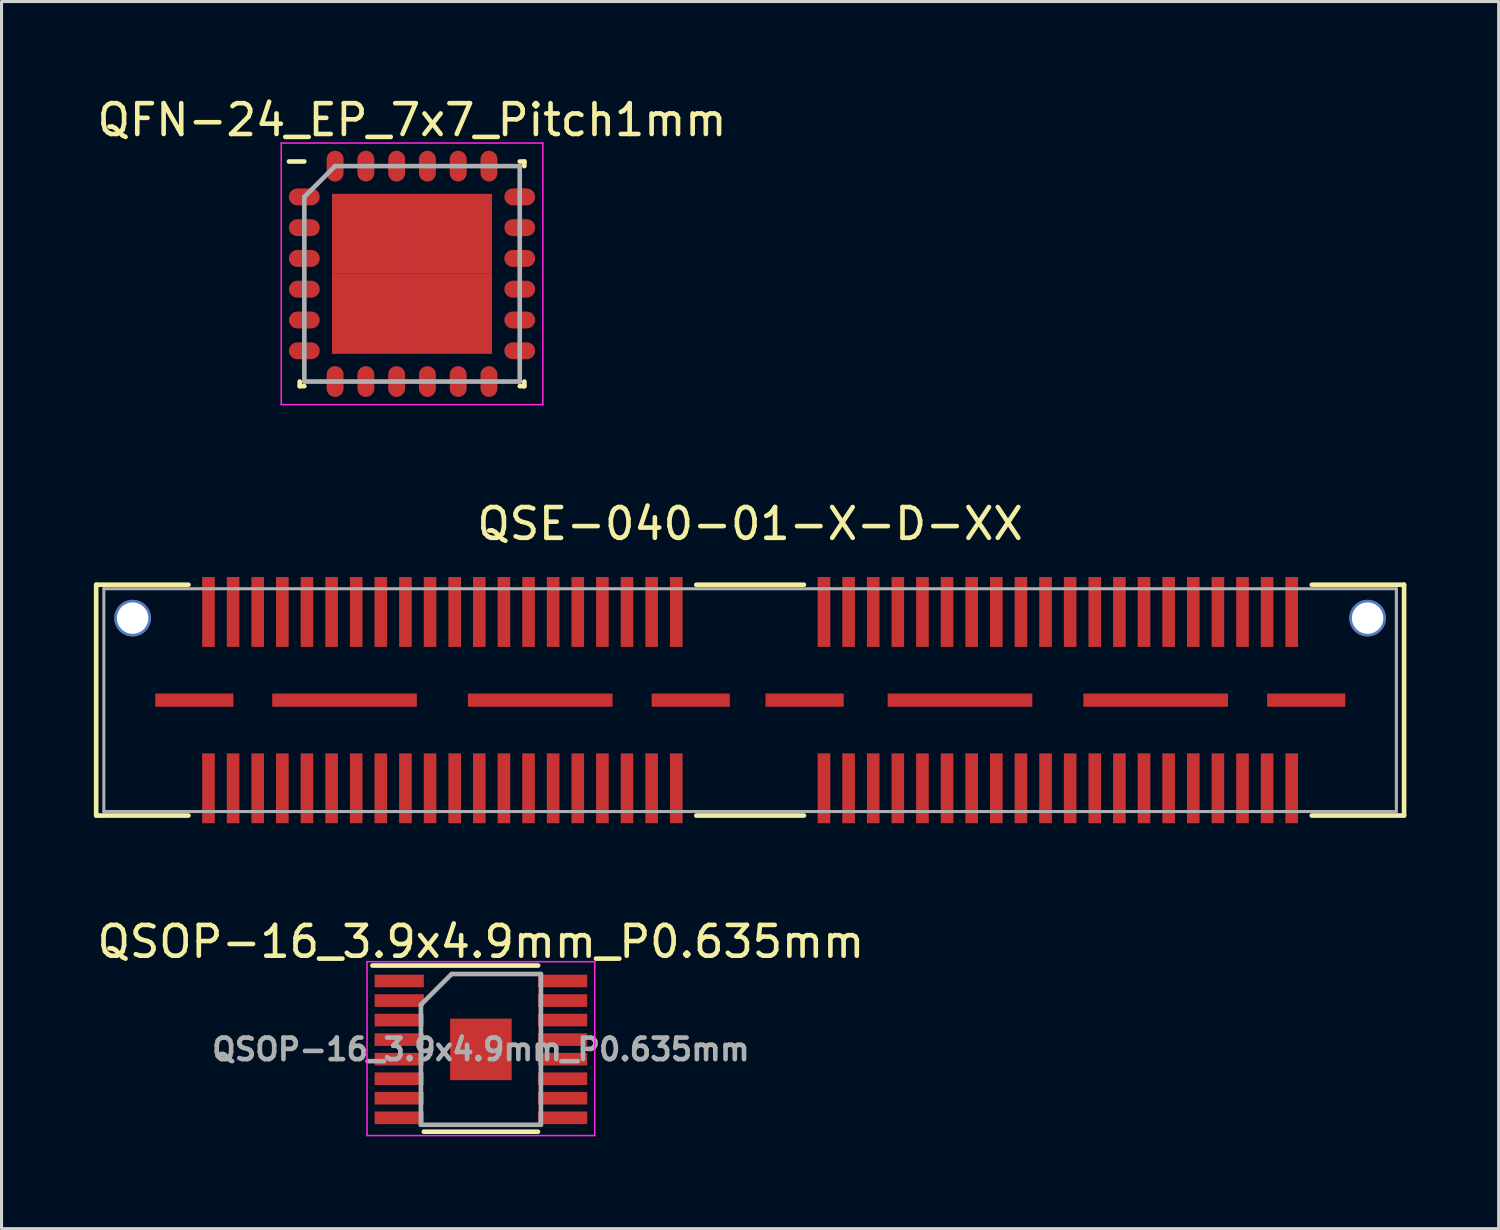
<source format=kicad_pcb>
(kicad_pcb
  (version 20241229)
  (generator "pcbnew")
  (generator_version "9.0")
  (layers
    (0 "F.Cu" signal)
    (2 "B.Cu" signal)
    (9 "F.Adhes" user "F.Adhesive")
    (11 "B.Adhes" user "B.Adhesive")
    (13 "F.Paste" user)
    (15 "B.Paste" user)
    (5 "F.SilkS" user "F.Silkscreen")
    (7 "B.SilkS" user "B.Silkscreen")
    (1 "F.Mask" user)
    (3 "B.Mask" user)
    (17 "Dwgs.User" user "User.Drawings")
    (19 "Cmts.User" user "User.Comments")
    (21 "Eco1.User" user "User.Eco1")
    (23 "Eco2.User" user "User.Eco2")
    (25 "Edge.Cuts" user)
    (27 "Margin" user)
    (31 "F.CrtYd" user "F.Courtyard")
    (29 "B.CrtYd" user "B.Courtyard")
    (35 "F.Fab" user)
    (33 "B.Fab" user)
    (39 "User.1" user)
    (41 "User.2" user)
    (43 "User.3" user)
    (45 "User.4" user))
  (footprint "QSOP-16_3.9x4.9mm_P0.635mm"
    (layer "F.Cu")
    (at 12.577 31.05)
    (property "Reference" "QSOP-16_3.9x4.9mm_P0.635mm" (at 0 -3.5 0) (layer "F.SilkS") (effects (font (size 1 1) (thickness 0.15))))
    (attr smd)
    (fp_line (start -3.525 -2.725) (end 1.859 -2.725) (stroke (width 0.15) (type solid)) (layer "F.SilkS"))
    (fp_line (start -1.854 2.675) (end 1.854 2.675) (stroke (width 0.15) (type solid)) (layer "F.SilkS"))
    (fp_line (start -3.7 -2.85) (end -3.7 2.8) (stroke (width 0.05) (type solid)) (layer "F.CrtYd"))
    (fp_line (start -3.7 -2.85) (end 3.7 -2.85) (stroke (width 0.05) (type solid)) (layer "F.CrtYd"))
    (fp_line (start -3.7 2.8) (end 3.7 2.8) (stroke (width 0.05) (type solid)) (layer "F.CrtYd"))
    (fp_line (start 3.7 -2.85) (end 3.7 2.8) (stroke (width 0.05) (type solid)) (layer "F.CrtYd"))
    (fp_line (start -1.95 -1.45) (end -0.95 -2.45) (stroke (width 0.15) (type solid)) (layer "F.Fab"))
    (fp_line (start -1.95 2.45) (end -1.95 -1.45) (stroke (width 0.15) (type solid)) (layer "F.Fab"))
    (fp_line (start -0.95 -2.45) (end 1.95 -2.45) (stroke (width 0.15) (type solid)) (layer "F.Fab"))
    (fp_line (start 1.95 -2.45) (end 1.95 2.45) (stroke (width 0.15) (type solid)) (layer "F.Fab"))
    (fp_line (start 1.95 2.45) (end -1.95 2.45) (stroke (width 0.15) (type solid)) (layer "F.Fab"))
    (fp_text user "${REFERENCE}" (at 0 0 0) (layer "F.Fab") (effects (font (size 0.7 0.7) (thickness 0.15))))
    (pad "1" smd rect (at -2.654 -2.223) (size 1.6 0.41) (layers "F.Cu" "F.Mask" "F.Paste"))
    (pad "2" smd rect (at -2.654 -1.587) (size 1.6 0.41) (layers "F.Cu" "F.Mask" "F.Paste"))
    (pad "3" smd rect (at -2.654 -0.953) (size 1.6 0.41) (layers "F.Cu" "F.Mask" "F.Paste"))
    (pad "4" smd rect (at -2.654 -0.318) (size 1.6 0.41) (layers "F.Cu" "F.Mask" "F.Paste"))
    (pad "5" smd rect (at -2.654 0.318) (size 1.6 0.41) (layers "F.Cu" "F.Mask" "F.Paste"))
    (pad "6" smd rect (at -2.654 0.953) (size 1.6 0.41) (layers "F.Cu" "F.Mask" "F.Paste"))
    (pad "7" smd rect (at -2.654 1.587) (size 1.6 0.41) (layers "F.Cu" "F.Mask" "F.Paste"))
    (pad "8" smd rect (at -2.654 2.223) (size 1.6 0.41) (layers "F.Cu" "F.Mask" "F.Paste"))
    (pad "9" smd rect (at 2.654 2.223) (size 1.6 0.41) (layers "F.Cu" "F.Mask" "F.Paste"))
    (pad "10" smd rect (at 2.654 1.587) (size 1.6 0.41) (layers "F.Cu" "F.Mask" "F.Paste"))
    (pad "11" smd rect (at 2.654 0.953) (size 1.6 0.41) (layers "F.Cu" "F.Mask" "F.Paste"))
    (pad "12" smd rect (at 2.654 0.318) (size 1.6 0.41) (layers "F.Cu" "F.Mask" "F.Paste"))
    (pad "13" smd rect (at 2.654 -0.318) (size 1.6 0.41) (layers "F.Cu" "F.Mask" "F.Paste"))
    (pad "14" smd rect (at 2.654 -0.953) (size 1.6 0.41) (layers "F.Cu" "F.Mask" "F.Paste"))
    (pad "15" smd rect (at 2.654 -1.587) (size 1.6 0.41) (layers "F.Cu" "F.Mask" "F.Paste"))
    (pad "16" smd rect (at 2.654 -2.223) (size 1.6 0.41) (layers "F.Cu" "F.Mask" "F.Paste"))
    (pad "17" smd rect (at 0 0) (size 2 2) (layers "F.Cu" "F.Mask" "F.Paste")))
  (footprint "QFN-24_EP_7x7_Pitch1mm"
    (layer "F.Cu")
    (at 10.339 5.848)
    (property "Reference" "QFN-24_EP_7x7_Pitch1mm" (at 0 -5 0) (layer "F.SilkS") (effects (font (size 1 1) (thickness 0.15))))
    (attr smd)
    (fp_line (start -3.65 3.65) (end -3.65 3.5) (stroke (width 0.15) (type solid)) (layer "F.SilkS"))
    (fp_line (start -3.5 -3.65) (end -4 -3.65) (stroke (width 0.15) (type solid)) (layer "F.SilkS"))
    (fp_line (start -3.5 3.65) (end -3.65 3.65) (stroke (width 0.15) (type solid)) (layer "F.SilkS"))
    (fp_line (start 3.5 -3.65) (end 3.65 -3.65) (stroke (width 0.15) (type solid)) (layer "F.SilkS"))
    (fp_line (start 3.5 3.65) (end 3.65 3.65) (stroke (width 0.15) (type solid)) (layer "F.SilkS"))
    (fp_line (start 3.65 -3.65) (end 3.65 -3.5) (stroke (width 0.15) (type solid)) (layer "F.SilkS"))
    (fp_line (start 3.65 3.65) (end 3.65 3.5) (stroke (width 0.15) (type solid)) (layer "F.SilkS"))
    (fp_line (start -4.25 -4.25) (end 4.25 -4.25) (stroke (width 0.05) (type solid)) (layer "F.CrtYd"))
    (fp_line (start -4.25 4.25) (end -4.25 -4.25) (stroke (width 0.05) (type solid)) (layer "F.CrtYd"))
    (fp_line (start 4.25 -4.25) (end 4.25 4.25) (stroke (width 0.05) (type solid)) (layer "F.CrtYd"))
    (fp_line (start 4.25 4.25) (end -4.25 4.25) (stroke (width 0.05) (type solid)) (layer "F.CrtYd"))
    (fp_line (start -3.5 -2.5) (end -3.5 3.5) (stroke (width 0.15) (type solid)) (layer "F.Fab"))
    (fp_line (start -3.5 3.5) (end 3.5 3.5) (stroke (width 0.15) (type solid)) (layer "F.Fab"))
    (fp_line (start -2.5 -3.5) (end -3.5 -2.5) (stroke (width 0.15) (type solid)) (layer "F.Fab"))
    (fp_line (start 3.5 -3.5) (end -2.5 -3.5) (stroke (width 0.15) (type solid)) (layer "F.Fab"))
    (fp_line (start 3.5 3.5) (end 3.5 -3.5) (stroke (width 0.15) (type solid)) (layer "F.Fab"))
    (pad "1" smd oval (at -3.5 -2.5 90) (size 0.55 1) (layers "F.Cu" "F.Mask" "F.Paste"))
    (pad "2" smd oval (at -3.5 -1.5 90) (size 0.55 1) (layers "F.Cu" "F.Mask" "F.Paste"))
    (pad "3" smd oval (at -3.5 -0.5 90) (size 0.55 1) (layers "F.Cu" "F.Mask" "F.Paste"))
    (pad "4" smd oval (at -3.5 0.5 90) (size 0.55 1) (layers "F.Cu" "F.Mask" "F.Paste"))
    (pad "5" smd oval (at -3.5 1.5 90) (size 0.55 1) (layers "F.Cu" "F.Mask" "F.Paste"))
    (pad "6" smd oval (at -3.5 2.5 90) (size 0.55 1) (layers "F.Cu" "F.Mask" "F.Paste"))
    (pad "7" smd oval (at -2.5 3.5) (size 0.55 1) (layers "F.Cu" "F.Mask" "F.Paste"))
    (pad "8" smd oval (at -1.5 3.5) (size 0.55 1) (layers "F.Cu" "F.Mask" "F.Paste"))
    (pad "9" smd oval (at -0.5 3.5) (size 0.55 1) (layers "F.Cu" "F.Mask" "F.Paste"))
    (pad "10" smd oval (at 0.5 3.5) (size 0.55 1) (layers "F.Cu" "F.Mask" "F.Paste"))
    (pad "11" smd oval (at 1.5 3.5) (size 0.55 1) (layers "F.Cu" "F.Mask" "F.Paste"))
    (pad "12" smd oval (at 2.5 3.5) (size 0.55 1) (layers "F.Cu" "F.Mask" "F.Paste"))
    (pad "13" smd oval (at 3.5 2.5 90) (size 0.55 1) (layers "F.Cu" "F.Mask" "F.Paste"))
    (pad "14" smd oval (at 3.5 1.5 90) (size 0.55 1) (layers "F.Cu" "F.Mask" "F.Paste"))
    (pad "15" smd oval (at 3.5 0.5 90) (size 0.55 1) (layers "F.Cu" "F.Mask" "F.Paste"))
    (pad "16" smd oval (at 3.5 -0.5 90) (size 0.55 1) (layers "F.Cu" "F.Mask" "F.Paste"))
    (pad "17" smd oval (at 3.5 -1.5 90) (size 0.55 1) (layers "F.Cu" "F.Mask" "F.Paste"))
    (pad "18" smd oval (at 3.5 -2.5 90) (size 0.55 1) (layers "F.Cu" "F.Mask" "F.Paste"))
    (pad "19" smd oval (at 2.5 -3.5) (size 0.55 1) (layers "F.Cu" "F.Mask" "F.Paste"))
    (pad "20" smd oval (at 1.5 -3.5) (size 0.55 1) (layers "F.Cu" "F.Mask" "F.Paste"))
    (pad "21" smd oval (at 0.5 -3.5) (size 0.55 1) (layers "F.Cu" "F.Mask" "F.Paste"))
    (pad "22" smd oval (at -0.5 -3.5) (size 0.55 1) (layers "F.Cu" "F.Mask" "F.Paste"))
    (pad "23" smd oval (at -1.5 -3.5) (size 0.55 1) (layers "F.Cu" "F.Mask" "F.Paste"))
    (pad "24" smd oval (at -2.5 -3.5) (size 0.55 1) (layers "F.Cu" "F.Mask" "F.Paste"))
    (pad "25" smd rect (at -1.3 -1.3) (size 2.6 2.6) (layers "F.Cu" "F.Mask" "F.Paste"))
    (pad "25" smd rect (at -1.3 1.3) (size 2.6 2.6) (layers "F.Cu" "F.Mask" "F.Paste"))
    (pad "25" smd rect (at 1.3 -1.3) (size 2.6 2.6) (layers "F.Cu" "F.Mask" "F.Paste"))
    (pad "25" smd rect (at 1.3 1.3) (size 2.6 2.6) (layers "F.Cu" "F.Mask" "F.Paste")))
  (footprint "QSE-040-01-X-D-XX"
    (layer "F.Cu")
    (at 21.325 19.701)
    (property "Reference" "QSE-040-01-X-D-XX" (at 0 -5.73 0) (layer "F.SilkS") (effects (font (size 1 1) (thickness 0.15))))
    (attr smd)
    (fp_line (start -21.25 -3.75) (end -21.25 3.75) (stroke (width 0.15) (type solid)) (layer "F.SilkS"))
    (fp_line (start -21.25 3.75) (end -18.25 3.75) (stroke (width 0.15) (type solid)) (layer "F.SilkS"))
    (fp_line (start -18.25 -3.75) (end -21.25 -3.75) (stroke (width 0.15) (type solid)) (layer "F.SilkS"))
    (fp_line (start -1.75 3.75) (end 1.75 3.75) (stroke (width 0.15) (type solid)) (layer "F.SilkS"))
    (fp_line (start 1.75 -3.75) (end -1.75 -3.75) (stroke (width 0.15) (type solid)) (layer "F.SilkS"))
    (fp_line (start 18.25 -3.75) (end 21.25 -3.75) (stroke (width 0.15) (type solid)) (layer "F.SilkS"))
    (fp_line (start 21.25 -3.75) (end 21.25 3.75) (stroke (width 0.15) (type solid)) (layer "F.SilkS"))
    (fp_line (start 21.25 3.75) (end 18.25 3.75) (stroke (width 0.15) (type solid)) (layer "F.SilkS"))
    (fp_line (start -21 -3.62) (end -21 3.62) (stroke (width 0.1) (type solid)) (layer "F.Fab"))
    (fp_line (start -21 -3.62) (end 21 -3.62) (stroke (width 0.1) (type solid)) (layer "F.Fab"))
    (fp_line (start 21 -3.62) (end 21 3.62) (stroke (width 0.1) (type solid)) (layer "F.Fab"))
    (fp_line (start 21 3.62) (end -21 3.62) (stroke (width 0.1) (type solid)) (layer "F.Fab"))
    (pad "" np_thru_hole circle (at -20.065 -2.665) (size 1.19 1.19) (drill 1.02) (layers "*.Cu" "*.Mask"))
    (pad "" np_thru_hole circle (at 20.065 -2.665) (size 1.19 1.19) (drill 1.02) (layers "*.Cu" "*.Mask"))
    (pad "1" smd rect (at -17.6 2.865) (size 0.41 2.27) (layers "F.Cu" "F.Mask" "F.Paste"))
    (pad "2" smd rect (at -17.6 -2.865) (size 0.41 2.27) (layers "F.Cu" "F.Mask" "F.Paste"))
    (pad "3" smd rect (at -16.8 2.865) (size 0.41 2.27) (layers "F.Cu" "F.Mask" "F.Paste"))
    (pad "4" smd rect (at -16.8 -2.865) (size 0.41 2.27) (layers "F.Cu" "F.Mask" "F.Paste"))
    (pad "5" smd rect (at -16 2.865) (size 0.41 2.27) (layers "F.Cu" "F.Mask" "F.Paste"))
    (pad "6" smd rect (at -16 -2.865) (size 0.41 2.27) (layers "F.Cu" "F.Mask" "F.Paste"))
    (pad "7" smd rect (at -15.2 2.865) (size 0.41 2.27) (layers "F.Cu" "F.Mask" "F.Paste"))
    (pad "8" smd rect (at -15.2 -2.865) (size 0.41 2.27) (layers "F.Cu" "F.Mask" "F.Paste"))
    (pad "9" smd rect (at -14.4 2.865) (size 0.41 2.27) (layers "F.Cu" "F.Mask" "F.Paste"))
    (pad "10" smd rect (at -14.4 -2.865) (size 0.41 2.27) (layers "F.Cu" "F.Mask" "F.Paste"))
    (pad "11" smd rect (at -13.6 2.865) (size 0.41 2.27) (layers "F.Cu" "F.Mask" "F.Paste"))
    (pad "12" smd rect (at -13.6 -2.865) (size 0.41 2.27) (layers "F.Cu" "F.Mask" "F.Paste"))
    (pad "13" smd rect (at -12.8 2.865) (size 0.41 2.27) (layers "F.Cu" "F.Mask" "F.Paste"))
    (pad "14" smd rect (at -12.8 -2.865) (size 0.41 2.27) (layers "F.Cu" "F.Mask" "F.Paste"))
    (pad "15" smd rect (at -12 2.865) (size 0.41 2.27) (layers "F.Cu" "F.Mask" "F.Paste"))
    (pad "16" smd rect (at -12 -2.865) (size 0.41 2.27) (layers "F.Cu" "F.Mask" "F.Paste"))
    (pad "17" smd rect (at -11.2 2.865) (size 0.41 2.27) (layers "F.Cu" "F.Mask" "F.Paste"))
    (pad "18" smd rect (at -11.2 -2.865) (size 0.41 2.27) (layers "F.Cu" "F.Mask" "F.Paste"))
    (pad "19" smd rect (at -10.4 2.865) (size 0.41 2.27) (layers "F.Cu" "F.Mask" "F.Paste"))
    (pad "20" smd rect (at -10.4 -2.865) (size 0.41 2.27) (layers "F.Cu" "F.Mask" "F.Paste"))
    (pad "21" smd rect (at -9.6 2.865) (size 0.41 2.27) (layers "F.Cu" "F.Mask" "F.Paste"))
    (pad "22" smd rect (at -9.6 -2.865) (size 0.41 2.27) (layers "F.Cu" "F.Mask" "F.Paste"))
    (pad "23" smd rect (at -8.8 2.865) (size 0.41 2.27) (layers "F.Cu" "F.Mask" "F.Paste"))
    (pad "24" smd rect (at -8.8 -2.865) (size 0.41 2.27) (layers "F.Cu" "F.Mask" "F.Paste"))
    (pad "25" smd rect (at -8 2.865) (size 0.41 2.27) (layers "F.Cu" "F.Mask" "F.Paste"))
    (pad "26" smd rect (at -8 -2.865) (size 0.41 2.27) (layers "F.Cu" "F.Mask" "F.Paste"))
    (pad "27" smd rect (at -7.2 2.865) (size 0.41 2.27) (layers "F.Cu" "F.Mask" "F.Paste"))
    (pad "28" smd rect (at -7.2 -2.865) (size 0.41 2.27) (layers "F.Cu" "F.Mask" "F.Paste"))
    (pad "29" smd rect (at -6.4 2.865) (size 0.41 2.27) (layers "F.Cu" "F.Mask" "F.Paste"))
    (pad "30" smd rect (at -6.4 -2.865) (size 0.41 2.27) (layers "F.Cu" "F.Mask" "F.Paste"))
    (pad "31" smd rect (at -5.6 2.865) (size 0.41 2.27) (layers "F.Cu" "F.Mask" "F.Paste"))
    (pad "32" smd rect (at -5.6 -2.865) (size 0.41 2.27) (layers "F.Cu" "F.Mask" "F.Paste"))
    (pad "33" smd rect (at -4.8 2.865) (size 0.41 2.27) (layers "F.Cu" "F.Mask" "F.Paste"))
    (pad "34" smd rect (at -4.8 -2.865) (size 0.41 2.27) (layers "F.Cu" "F.Mask" "F.Paste"))
    (pad "35" smd rect (at -4 2.865) (size 0.41 2.27) (layers "F.Cu" "F.Mask" "F.Paste"))
    (pad "36" smd rect (at -4 -2.865) (size 0.41 2.27) (layers "F.Cu" "F.Mask" "F.Paste"))
    (pad "37" smd rect (at -3.2 2.865) (size 0.41 2.27) (layers "F.Cu" "F.Mask" "F.Paste"))
    (pad "38" smd rect (at -3.2 -2.865) (size 0.41 2.27) (layers "F.Cu" "F.Mask" "F.Paste"))
    (pad "39" smd rect (at -2.4 2.865) (size 0.41 2.27) (layers "F.Cu" "F.Mask" "F.Paste"))
    (pad "40" smd rect (at -2.4 -2.865) (size 0.41 2.27) (layers "F.Cu" "F.Mask" "F.Paste"))
    (pad "41" smd rect (at 2.4 2.865) (size 0.41 2.27) (layers "F.Cu" "F.Mask" "F.Paste"))
    (pad "42" smd rect (at 2.4 -2.865) (size 0.41 2.27) (layers "F.Cu" "F.Mask" "F.Paste"))
    (pad "43" smd rect (at 3.2 2.865) (size 0.41 2.27) (layers "F.Cu" "F.Mask" "F.Paste"))
    (pad "44" smd rect (at 3.2 -2.865) (size 0.41 2.27) (layers "F.Cu" "F.Mask" "F.Paste"))
    (pad "45" smd rect (at 4 2.865) (size 0.41 2.27) (layers "F.Cu" "F.Mask" "F.Paste"))
    (pad "46" smd rect (at 4 -2.865) (size 0.41 2.27) (layers "F.Cu" "F.Mask" "F.Paste"))
    (pad "47" smd rect (at 4.8 2.865) (size 0.41 2.27) (layers "F.Cu" "F.Mask" "F.Paste"))
    (pad "48" smd rect (at 4.8 -2.865) (size 0.41 2.27) (layers "F.Cu" "F.Mask" "F.Paste"))
    (pad "49" smd rect (at 5.6 2.865) (size 0.41 2.27) (layers "F.Cu" "F.Mask" "F.Paste"))
    (pad "50" smd rect (at 5.6 -2.865) (size 0.41 2.27) (layers "F.Cu" "F.Mask" "F.Paste"))
    (pad "51" smd rect (at 6.4 2.865) (size 0.41 2.27) (layers "F.Cu" "F.Mask" "F.Paste"))
    (pad "52" smd rect (at 6.4 -2.865) (size 0.41 2.27) (layers "F.Cu" "F.Mask" "F.Paste"))
    (pad "53" smd rect (at 7.2 2.865) (size 0.41 2.27) (layers "F.Cu" "F.Mask" "F.Paste"))
    (pad "54" smd rect (at 7.2 -2.865) (size 0.41 2.27) (layers "F.Cu" "F.Mask" "F.Paste"))
    (pad "55" smd rect (at 8 2.865) (size 0.41 2.27) (layers "F.Cu" "F.Mask" "F.Paste"))
    (pad "56" smd rect (at 8 -2.865) (size 0.41 2.27) (layers "F.Cu" "F.Mask" "F.Paste"))
    (pad "57" smd rect (at 8.8 2.865) (size 0.41 2.27) (layers "F.Cu" "F.Mask" "F.Paste"))
    (pad "58" smd rect (at 8.8 -2.865) (size 0.41 2.27) (layers "F.Cu" "F.Mask" "F.Paste"))
    (pad "59" smd rect (at 9.6 2.865) (size 0.41 2.27) (layers "F.Cu" "F.Mask" "F.Paste"))
    (pad "60" smd rect (at 9.6 -2.865) (size 0.41 2.27) (layers "F.Cu" "F.Mask" "F.Paste"))
    (pad "61" smd rect (at 10.4 2.865) (size 0.41 2.27) (layers "F.Cu" "F.Mask" "F.Paste"))
    (pad "62" smd rect (at 10.4 -2.865) (size 0.41 2.27) (layers "F.Cu" "F.Mask" "F.Paste"))
    (pad "63" smd rect (at 11.2 2.865) (size 0.41 2.27) (layers "F.Cu" "F.Mask" "F.Paste"))
    (pad "64" smd rect (at 11.2 -2.865) (size 0.41 2.27) (layers "F.Cu" "F.Mask" "F.Paste"))
    (pad "65" smd rect (at 12 2.865) (size 0.41 2.27) (layers "F.Cu" "F.Mask" "F.Paste"))
    (pad "66" smd rect (at 12 -2.865) (size 0.41 2.27) (layers "F.Cu" "F.Mask" "F.Paste"))
    (pad "67" smd rect (at 12.8 2.865) (size 0.41 2.27) (layers "F.Cu" "F.Mask" "F.Paste"))
    (pad "68" smd rect (at 12.8 -2.865) (size 0.41 2.27) (layers "F.Cu" "F.Mask" "F.Paste"))
    (pad "69" smd rect (at 13.6 2.865) (size 0.41 2.27) (layers "F.Cu" "F.Mask" "F.Paste"))
    (pad "70" smd rect (at 13.6 -2.865) (size 0.41 2.27) (layers "F.Cu" "F.Mask" "F.Paste"))
    (pad "71" smd rect (at 14.4 2.865) (size 0.41 2.27) (layers "F.Cu" "F.Mask" "F.Paste"))
    (pad "72" smd rect (at 14.4 -2.865) (size 0.41 2.27) (layers "F.Cu" "F.Mask" "F.Paste"))
    (pad "73" smd rect (at 15.2 2.865) (size 0.41 2.27) (layers "F.Cu" "F.Mask" "F.Paste"))
    (pad "74" smd rect (at 15.2 -2.865) (size 0.41 2.27) (layers "F.Cu" "F.Mask" "F.Paste"))
    (pad "75" smd rect (at 16 2.865) (size 0.41 2.27) (layers "F.Cu" "F.Mask" "F.Paste"))
    (pad "76" smd rect (at 16 -2.865) (size 0.41 2.27) (layers "F.Cu" "F.Mask" "F.Paste"))
    (pad "77" smd rect (at 16.8 2.865) (size 0.41 2.27) (layers "F.Cu" "F.Mask" "F.Paste"))
    (pad "78" smd rect (at 16.8 -2.865) (size 0.41 2.27) (layers "F.Cu" "F.Mask" "F.Paste"))
    (pad "79" smd rect (at 17.6 2.865) (size 0.41 2.27) (layers "F.Cu" "F.Mask" "F.Paste"))
    (pad "80" smd rect (at 17.6 -2.865) (size 0.41 2.27) (layers "F.Cu" "F.Mask" "F.Paste"))
    (pad "S" smd rect (at -18.06 0) (size 2.54 0.43) (layers "F.Cu" "F.Mask" "F.Paste"))
    (pad "S" smd rect (at -13.18 0) (size 4.7 0.43) (layers "F.Cu" "F.Mask" "F.Paste"))
    (pad "S" smd rect (at -6.82 0) (size 4.7 0.43) (layers "F.Cu" "F.Mask" "F.Paste"))
    (pad "S" smd rect (at -1.93 0) (size 2.54 0.43) (layers "F.Cu" "F.Mask" "F.Paste"))
    (pad "S" smd rect (at 1.77 0) (size 2.54 0.43) (layers "F.Cu" "F.Mask" "F.Paste"))
    (pad "S" smd rect (at 6.82 0) (size 4.7 0.43) (layers "F.Cu" "F.Mask" "F.Paste"))
    (pad "S" smd rect (at 13.18 0) (size 4.7 0.43) (layers "F.Cu" "F.Mask" "F.Paste"))
    (pad "S" smd rect (at 18.07 0) (size 2.54 0.43) (layers "F.Cu" "F.Mask" "F.Paste")))
  (gr_rect
    (start -3 -3)
    (end 45.65 36.875)
    (stroke (width 0.1) (type default))
    (fill no)
    (layer "Edge.Cuts")))
</source>
